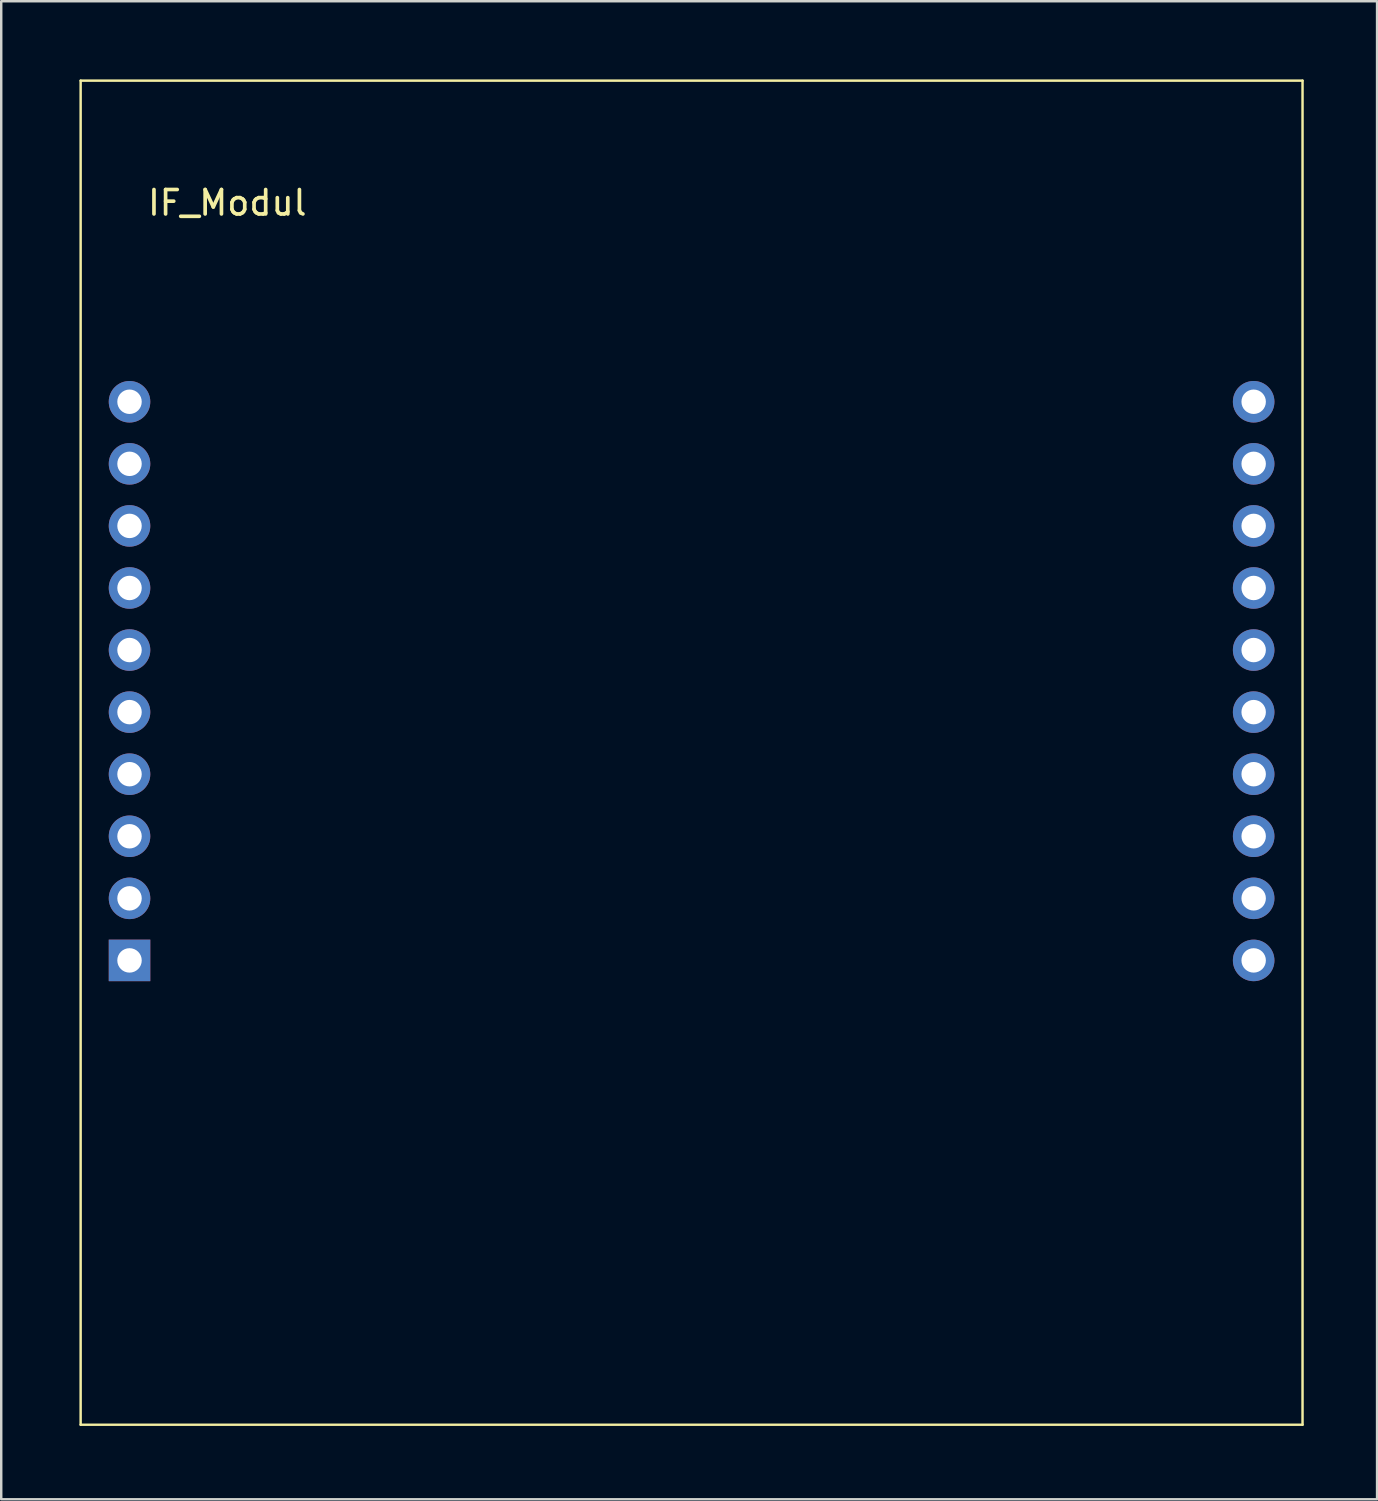
<source format=kicad_pcb>
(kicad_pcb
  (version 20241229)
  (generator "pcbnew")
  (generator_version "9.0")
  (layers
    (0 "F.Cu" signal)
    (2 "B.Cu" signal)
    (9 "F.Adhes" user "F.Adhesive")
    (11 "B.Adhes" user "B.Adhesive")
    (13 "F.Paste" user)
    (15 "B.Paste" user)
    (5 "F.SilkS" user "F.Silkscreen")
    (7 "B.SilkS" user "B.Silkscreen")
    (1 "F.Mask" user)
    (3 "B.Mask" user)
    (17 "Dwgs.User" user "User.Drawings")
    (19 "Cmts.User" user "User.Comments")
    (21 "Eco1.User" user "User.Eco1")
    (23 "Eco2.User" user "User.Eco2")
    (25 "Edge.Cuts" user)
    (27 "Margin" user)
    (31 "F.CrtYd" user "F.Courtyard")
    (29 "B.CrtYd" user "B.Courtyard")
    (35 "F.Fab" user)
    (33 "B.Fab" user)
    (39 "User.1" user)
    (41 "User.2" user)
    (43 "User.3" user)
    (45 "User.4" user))
  (footprint "IF_Modul"
    (layer "F.Cu")
    (at 0.25 0.25)
    (property "Reference" "IF_Modul" (at 6 5 180) (layer "F.SilkS") (effects (font (size 1 1) (thickness 0.15))))
    (attr through_hole)
    (fp_line (start 0 0) (end 0 55) (stroke (width 0.1) (type default)) (layer "F.SilkS"))
    (fp_line (start 0 55) (end 50 55) (stroke (width 0.1) (type default)) (layer "F.SilkS"))
    (fp_line (start 50 0) (end 0 0) (stroke (width 0.1) (type default)) (layer "F.SilkS"))
    (fp_line (start 50 55) (end 50 0) (stroke (width 0.1) (type default)) (layer "F.SilkS"))
    (pad "1" thru_hole rect (at 2 36 180) (size 1.7 1.7) (drill 1) (layers "*.Cu" "*.Mask"))
    (pad "2" thru_hole oval (at 2 33.46 180) (size 1.7 1.7) (drill 1) (layers "*.Cu" "*.Mask"))
    (pad "3" thru_hole oval (at 2 30.92 180) (size 1.7 1.7) (drill 1) (layers "*.Cu" "*.Mask"))
    (pad "4" thru_hole oval (at 2 28.38 180) (size 1.7 1.7) (drill 1) (layers "*.Cu" "*.Mask"))
    (pad "5" thru_hole oval (at 2 25.84 180) (size 1.7 1.7) (drill 1) (layers "*.Cu" "*.Mask"))
    (pad "6" thru_hole oval (at 2 23.3 180) (size 1.7 1.7) (drill 1) (layers "*.Cu" "*.Mask"))
    (pad "7" thru_hole oval (at 2 20.76 180) (size 1.7 1.7) (drill 1) (layers "*.Cu" "*.Mask"))
    (pad "8" thru_hole oval (at 2 18.22 180) (size 1.7 1.7) (drill 1) (layers "*.Cu" "*.Mask"))
    (pad "9" thru_hole oval (at 2 15.68 180) (size 1.7 1.7) (drill 1) (layers "*.Cu" "*.Mask"))
    (pad "10" thru_hole oval (at 2 13.14 180) (size 1.7 1.7) (drill 1) (layers "*.Cu" "*.Mask"))
    (pad "11" thru_hole oval (at 48 13.14 180) (size 1.7 1.7) (drill 1) (layers "*.Cu" "*.Mask"))
    (pad "12" thru_hole oval (at 48 15.68 180) (size 1.7 1.7) (drill 1) (layers "*.Cu" "*.Mask"))
    (pad "13" thru_hole oval (at 48 18.22 180) (size 1.7 1.7) (drill 1) (layers "*.Cu" "*.Mask"))
    (pad "14" thru_hole oval (at 48 20.76 180) (size 1.7 1.7) (drill 1) (layers "*.Cu" "*.Mask"))
    (pad "15" thru_hole oval (at 48 23.3 180) (size 1.7 1.7) (drill 1) (layers "*.Cu" "*.Mask"))
    (pad "16" thru_hole oval (at 48 25.84 180) (size 1.7 1.7) (drill 1) (layers "*.Cu" "*.Mask"))
    (pad "17" thru_hole oval (at 48 28.38 180) (size 1.7 1.7) (drill 1) (layers "*.Cu" "*.Mask"))
    (pad "18" thru_hole oval (at 48 30.92 180) (size 1.7 1.7) (drill 1) (layers "*.Cu" "*.Mask"))
    (pad "19" thru_hole circle (at 48 33.46 180) (size 1.7 1.7) (drill 1) (layers "*.Cu" "*.Mask"))
    (pad "20" thru_hole circle (at 48 36 180) (size 1.7 1.7) (drill 1) (layers "*.Cu" "*.Mask")))
  (gr_rect
    (start -3 -3)
    (end 53.3 58.3)
    (stroke (width 0.1) (type default))
    (fill no)
    (layer "Edge.Cuts")))
</source>
